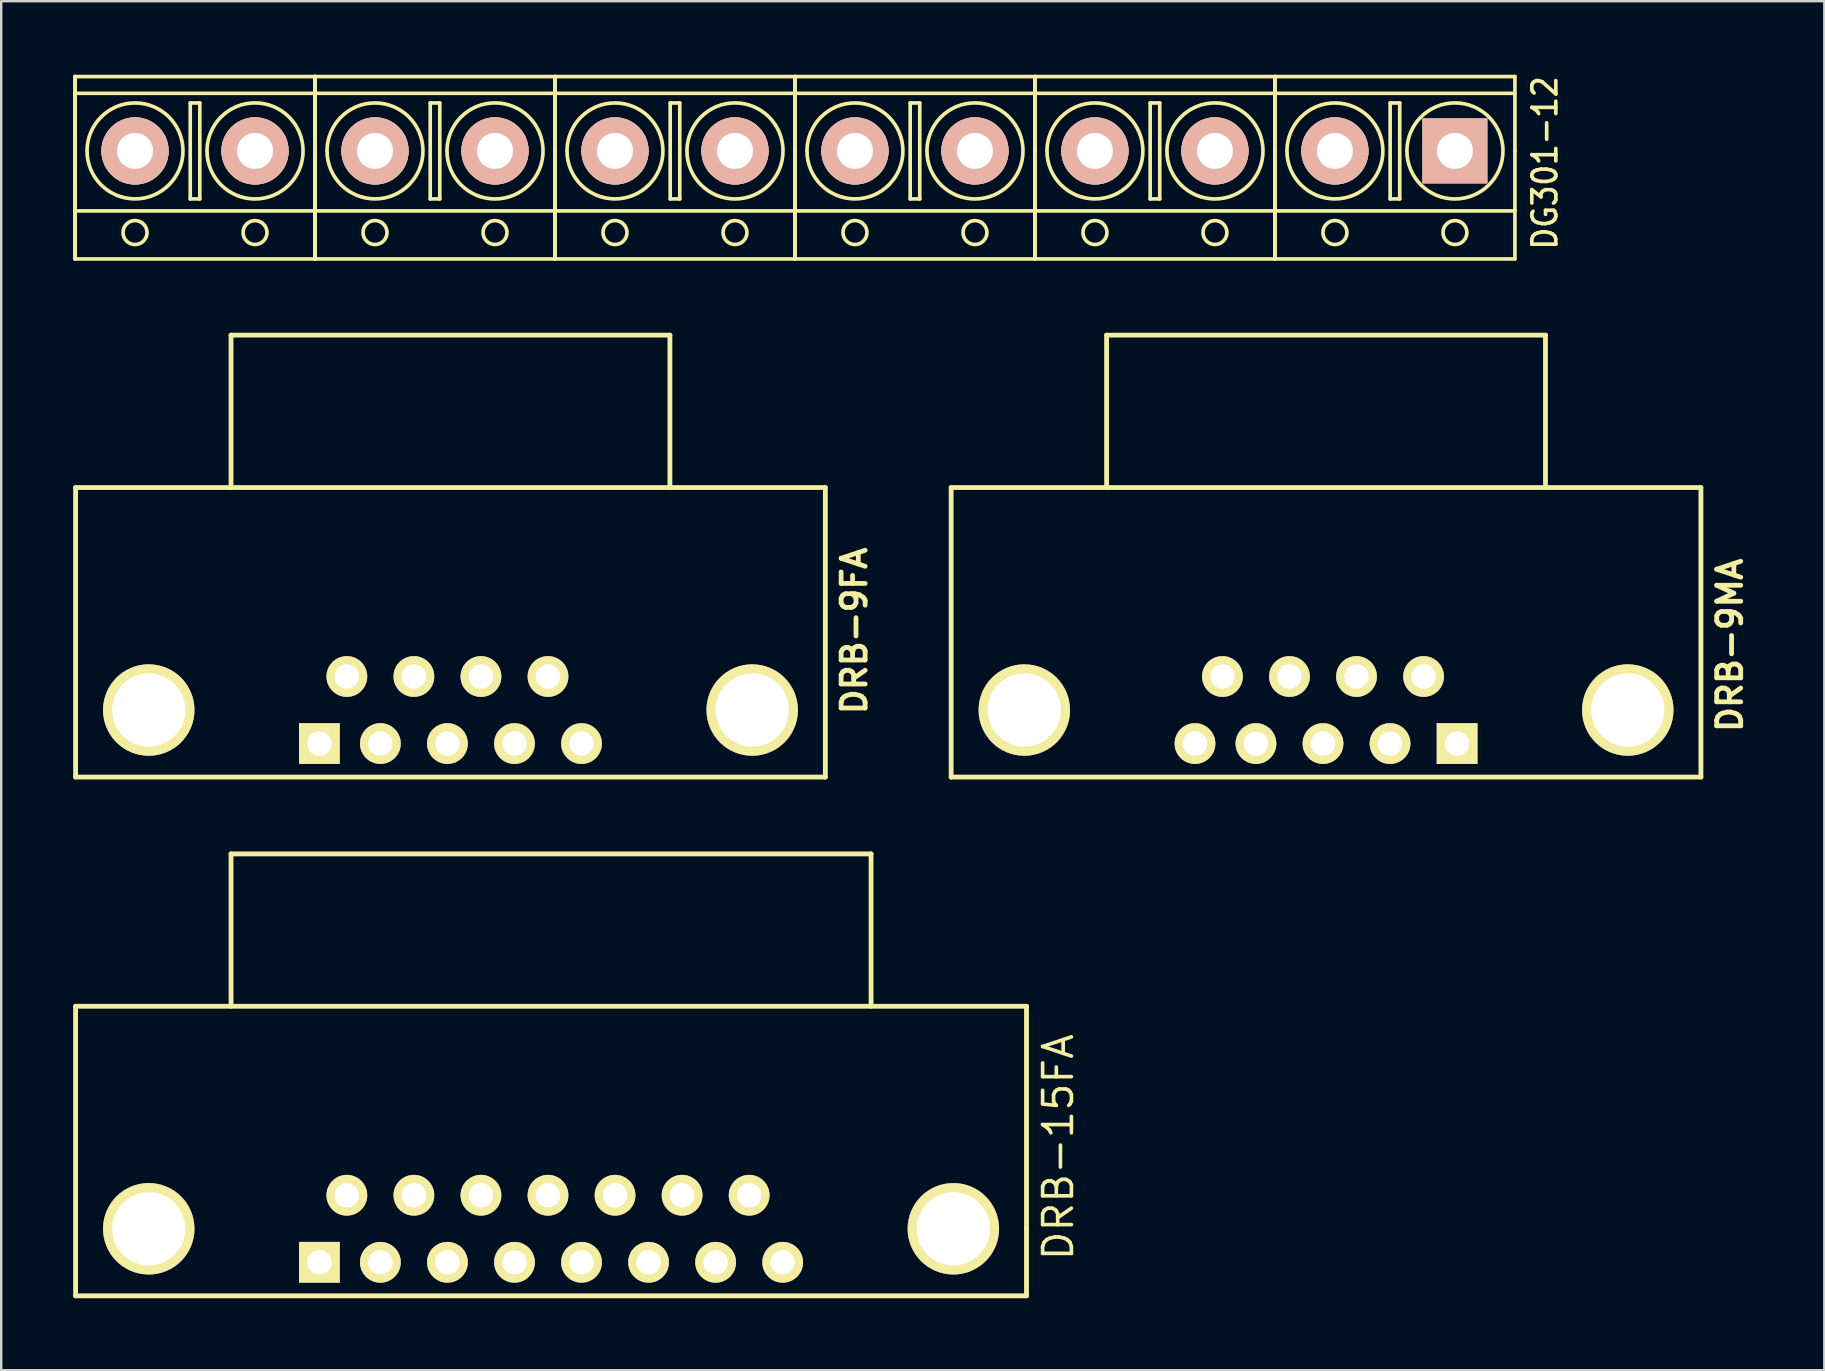
<source format=kicad_pcb>
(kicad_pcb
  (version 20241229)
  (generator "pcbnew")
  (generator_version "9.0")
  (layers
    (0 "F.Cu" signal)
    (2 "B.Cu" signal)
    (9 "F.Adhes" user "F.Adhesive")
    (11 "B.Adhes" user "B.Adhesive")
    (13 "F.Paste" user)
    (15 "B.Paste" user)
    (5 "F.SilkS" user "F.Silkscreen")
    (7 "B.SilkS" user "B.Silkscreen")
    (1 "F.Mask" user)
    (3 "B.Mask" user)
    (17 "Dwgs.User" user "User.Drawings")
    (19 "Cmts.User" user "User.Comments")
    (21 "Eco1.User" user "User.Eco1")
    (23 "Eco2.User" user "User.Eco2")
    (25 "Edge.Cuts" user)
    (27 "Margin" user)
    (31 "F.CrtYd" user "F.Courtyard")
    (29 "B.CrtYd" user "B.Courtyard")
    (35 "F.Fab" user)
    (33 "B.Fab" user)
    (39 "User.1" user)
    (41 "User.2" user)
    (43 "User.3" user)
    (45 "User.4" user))
  (footprint "DRB-9FA"
    (layer "F.Cu")
    (at 3.148 26.537)
    (property "Reference" "DRB-9FA" (at 29.4 -3.3 90) (layer "F.SilkS") (effects (font (size 1 1) (thickness 0.2))))
    (attr through_hole)
    (fp_line (start -3.048 -9.271) (end 28.194 -9.271) (stroke (width 0.201) (type solid)) (layer "F.SilkS"))
    (fp_line (start -3.048 2.794) (end -3.048 -9.271) (stroke (width 0.201) (type solid)) (layer "F.SilkS"))
    (fp_line (start -3.048 2.794) (end 28.194 2.794) (stroke (width 0.201) (type solid)) (layer "F.SilkS"))
    (fp_line (start 3.429 -15.621) (end 3.429 -9.271) (stroke (width 0.201) (type solid)) (layer "F.SilkS"))
    (fp_line (start 3.429 -15.621) (end 21.717 -15.621) (stroke (width 0.201) (type solid)) (layer "F.SilkS"))
    (fp_line (start 21.717 -9.271) (end 21.717 -15.621) (stroke (width 0.201) (type solid)) (layer "F.SilkS"))
    (fp_line (start 28.194 2.794) (end 28.194 -9.271) (stroke (width 0.201) (type solid)) (layer "F.SilkS"))
    (pad "" thru_hole circle (at 0 0) (size 3.81 3.81) (drill 3.048) (layers "*.Cu" "*.Mask" "F.SilkS"))
    (pad "" thru_hole circle (at 25.146 0) (size 3.81 3.81) (drill 3.048) (layers "*.Cu" "*.Mask" "F.SilkS"))
    (pad "1" thru_hole rect (at 7.112 1.397) (size 1.699 1.699) (drill 1.016) (layers "*.Cu" "*.Mask" "F.SilkS"))
    (pad "2" thru_hole circle (at 9.652 1.397) (size 1.699 1.699) (drill 1.016) (layers "*.Cu" "*.Mask" "F.SilkS"))
    (pad "3" thru_hole circle (at 12.446 1.397) (size 1.699 1.699) (drill 1.016) (layers "*.Cu" "*.Mask" "F.SilkS"))
    (pad "4" thru_hole circle (at 15.24 1.397) (size 1.699 1.699) (drill 1.016) (layers "*.Cu" "*.Mask" "F.SilkS"))
    (pad "5" thru_hole circle (at 18.034 1.397) (size 1.699 1.699) (drill 1.016) (layers "*.Cu" "*.Mask" "F.SilkS"))
    (pad "6" thru_hole circle (at 8.255 -1.397) (size 1.699 1.699) (drill 1.016) (layers "*.Cu" "*.Mask" "F.SilkS"))
    (pad "7" thru_hole circle (at 11.049 -1.397) (size 1.699 1.699) (drill 1.016) (layers "*.Cu" "*.Mask" "F.SilkS"))
    (pad "8" thru_hole circle (at 13.843 -1.397) (size 1.699 1.699) (drill 1.016) (layers "*.Cu" "*.Mask" "F.SilkS"))
    (pad "9" thru_hole circle (at 16.637 -1.397) (size 1.699 1.699) (drill 1.016) (layers "*.Cu" "*.Mask" "F.SilkS")))
  (footprint "DRB-15FA"
    (layer "F.Cu")
    (at 3.148 48.153)
    (property "Reference" "DRB-15FA" (at 37.9 -3.4 90) (layer "F.SilkS") (effects (font (size 1.199 1.199) (thickness 0.152))))
    (attr through_hole)
    (fp_line (start -3.048 -9.271) (end 36.576 -9.271) (stroke (width 0.201) (type solid)) (layer "F.SilkS"))
    (fp_line (start -3.048 2.794) (end -3.048 -9.271) (stroke (width 0.201) (type solid)) (layer "F.SilkS"))
    (fp_line (start -3.048 2.794) (end 36.576 2.794) (stroke (width 0.201) (type solid)) (layer "F.SilkS"))
    (fp_line (start 3.429 -15.621) (end 3.429 -9.271) (stroke (width 0.201) (type solid)) (layer "F.SilkS"))
    (fp_line (start 3.429 -15.621) (end 30.099 -15.621) (stroke (width 0.201) (type solid)) (layer "F.SilkS"))
    (fp_line (start 30.099 -9.271) (end 30.099 -15.621) (stroke (width 0.201) (type solid)) (layer "F.SilkS"))
    (fp_line (start 36.576 0) (end 36.576 -9.271) (stroke (width 0.201) (type solid)) (layer "F.SilkS"))
    (fp_line (start 36.576 0) (end 36.576 2.794) (stroke (width 0.201) (type solid)) (layer "F.SilkS"))
    (pad "" thru_hole circle (at 0 0) (size 3.81 3.81) (drill 3.048) (layers "*.Cu" "*.Mask" "F.SilkS"))
    (pad "" thru_hole circle (at 33.528 0) (size 3.81 3.81) (drill 3.048) (layers "*.Cu" "*.Mask" "F.SilkS"))
    (pad "1" thru_hole rect (at 7.112 1.397) (size 1.699 1.699) (drill 1.016) (layers "*.Cu" "*.Mask" "F.SilkS"))
    (pad "2" thru_hole circle (at 9.652 1.397) (size 1.699 1.699) (drill 1.016) (layers "*.Cu" "*.Mask" "F.SilkS"))
    (pad "3" thru_hole circle (at 12.446 1.397) (size 1.699 1.699) (drill 1.016) (layers "*.Cu" "*.Mask" "F.SilkS"))
    (pad "4" thru_hole circle (at 15.24 1.397) (size 1.699 1.699) (drill 1.016) (layers "*.Cu" "*.Mask" "F.SilkS"))
    (pad "5" thru_hole circle (at 18.034 1.397) (size 1.699 1.699) (drill 1.016) (layers "*.Cu" "*.Mask" "F.SilkS"))
    (pad "6" thru_hole circle (at 20.828 1.397) (size 1.699 1.699) (drill 1.016) (layers "*.Cu" "*.Mask" "F.SilkS"))
    (pad "7" thru_hole circle (at 23.622 1.397) (size 1.699 1.699) (drill 1.016) (layers "*.Cu" "*.Mask" "F.SilkS"))
    (pad "8" thru_hole circle (at 26.416 1.397) (size 1.699 1.699) (drill 1.016) (layers "*.Cu" "*.Mask" "F.SilkS"))
    (pad "9" thru_hole circle (at 8.255 -1.397) (size 1.699 1.699) (drill 1.016) (layers "*.Cu" "*.Mask" "F.SilkS"))
    (pad "10" thru_hole circle (at 11.049 -1.397) (size 1.699 1.699) (drill 1.016) (layers "*.Cu" "*.Mask" "F.SilkS"))
    (pad "11" thru_hole circle (at 13.843 -1.397) (size 1.699 1.699) (drill 1.016) (layers "*.Cu" "*.Mask" "F.SilkS"))
    (pad "12" thru_hole circle (at 16.637 -1.397) (size 1.699 1.699) (drill 1.016) (layers "*.Cu" "*.Mask" "F.SilkS"))
    (pad "13" thru_hole circle (at 19.431 -1.397) (size 1.699 1.699) (drill 1.016) (layers "*.Cu" "*.Mask" "F.SilkS"))
    (pad "14" thru_hole circle (at 22.225 -1.397) (size 1.699 1.699) (drill 1.016) (layers "*.Cu" "*.Mask" "F.SilkS"))
    (pad "15" thru_hole circle (at 25.019 -1.397) (size 1.699 1.699) (drill 1.016) (layers "*.Cu" "*.Mask" "F.SilkS")))
  (footprint "DG301-12"
    (layer "F.Cu")
    (at 52.576 3.239)
    (property "Reference" "DG301-12" (at 8.75 0.5 90) (layer "F.SilkS") (effects (font (size 1 0.9) (thickness 0.152))))
    (attr through_hole)
    (fp_line (start -52.499 0) (end -52.499 -3.099) (stroke (width 0.152) (type solid)) (layer "F.SilkS"))
    (fp_line (start -52.499 4.501) (end -52.499 0) (stroke (width 0.152) (type solid)) (layer "F.SilkS"))
    (fp_line (start -52.499 -3.099) (end -42.499 -3.099) (stroke (width 0.152) (type solid)) (layer "F.SilkS"))
    (fp_line (start -52.499 -2.4) (end -42.499 -2.4) (stroke (width 0.152) (type solid)) (layer "F.SilkS"))
    (fp_line (start -52.499 0) (end -52.499 -3.099) (stroke (width 0.152) (type solid)) (layer "F.SilkS"))
    (fp_line (start -52.499 0) (end -52.499 4.501) (stroke (width 0.152) (type solid)) (layer "F.SilkS"))
    (fp_line (start -52.499 2.499) (end -42.499 2.499) (stroke (width 0.152) (type solid)) (layer "F.SilkS"))
    (fp_line (start -52.499 4.501) (end -42.499 4.501) (stroke (width 0.152) (type solid)) (layer "F.SilkS"))
    (fp_line (start -47.699 -1.999) (end -47.3 -1.999) (stroke (width 0.152) (type solid)) (layer "F.SilkS"))
    (fp_line (start -47.699 1.999) (end -47.699 -1.999) (stroke (width 0.152) (type solid)) (layer "F.SilkS"))
    (fp_line (start -47.3 -1.999) (end -47.3 1.999) (stroke (width 0.152) (type solid)) (layer "F.SilkS"))
    (fp_line (start -47.3 1.999) (end -47.699 1.999) (stroke (width 0.152) (type solid)) (layer "F.SilkS"))
    (fp_line (start -42.499 0) (end -42.499 -3.099) (stroke (width 0.152) (type solid)) (layer "F.SilkS"))
    (fp_line (start -42.499 4.501) (end -42.499 0) (stroke (width 0.152) (type solid)) (layer "F.SilkS"))
    (fp_line (start -42.499 -3.099) (end -32.499 -3.099) (stroke (width 0.152) (type solid)) (layer "F.SilkS"))
    (fp_line (start -42.499 -2.4) (end -32.499 -2.4) (stroke (width 0.152) (type solid)) (layer "F.SilkS"))
    (fp_line (start -42.499 0) (end -42.499 -3.099) (stroke (width 0.152) (type solid)) (layer "F.SilkS"))
    (fp_line (start -42.499 0) (end -42.499 -3.099) (stroke (width 0.152) (type solid)) (layer "F.SilkS"))
    (fp_line (start -42.499 0) (end -42.499 4.501) (stroke (width 0.152) (type solid)) (layer "F.SilkS"))
    (fp_line (start -42.499 0) (end -42.499 4.501) (stroke (width 0.152) (type solid)) (layer "F.SilkS"))
    (fp_line (start -42.499 2.499) (end -32.499 2.499) (stroke (width 0.152) (type solid)) (layer "F.SilkS"))
    (fp_line (start -42.499 4.501) (end -32.499 4.501) (stroke (width 0.152) (type solid)) (layer "F.SilkS"))
    (fp_line (start -37.699 -1.999) (end -37.3 -1.999) (stroke (width 0.152) (type solid)) (layer "F.SilkS"))
    (fp_line (start -37.699 1.999) (end -37.699 -1.999) (stroke (width 0.152) (type solid)) (layer "F.SilkS"))
    (fp_line (start -37.3 -1.999) (end -37.3 1.999) (stroke (width 0.152) (type solid)) (layer "F.SilkS"))
    (fp_line (start -37.3 1.999) (end -37.699 1.999) (stroke (width 0.152) (type solid)) (layer "F.SilkS"))
    (fp_line (start -32.499 0) (end -32.499 -3.099) (stroke (width 0.152) (type solid)) (layer "F.SilkS"))
    (fp_line (start -32.499 4.501) (end -32.499 0) (stroke (width 0.152) (type solid)) (layer "F.SilkS"))
    (fp_line (start -32.499 -3.099) (end -22.499 -3.099) (stroke (width 0.152) (type solid)) (layer "F.SilkS"))
    (fp_line (start -32.499 -2.4) (end -22.499 -2.4) (stroke (width 0.152) (type solid)) (layer "F.SilkS"))
    (fp_line (start -32.499 0) (end -32.499 -3.099) (stroke (width 0.152) (type solid)) (layer "F.SilkS"))
    (fp_line (start -32.499 0) (end -32.499 4.501) (stroke (width 0.152) (type solid)) (layer "F.SilkS"))
    (fp_line (start -32.499 2.499) (end -22.499 2.499) (stroke (width 0.152) (type solid)) (layer "F.SilkS"))
    (fp_line (start -32.499 4.501) (end -22.499 4.501) (stroke (width 0.152) (type solid)) (layer "F.SilkS"))
    (fp_line (start -27.699 -1.999) (end -27.3 -1.999) (stroke (width 0.152) (type solid)) (layer "F.SilkS"))
    (fp_line (start -27.699 1.999) (end -27.699 -1.999) (stroke (width 0.152) (type solid)) (layer "F.SilkS"))
    (fp_line (start -27.3 -1.999) (end -27.3 1.999) (stroke (width 0.152) (type solid)) (layer "F.SilkS"))
    (fp_line (start -27.3 1.999) (end -27.699 1.999) (stroke (width 0.152) (type solid)) (layer "F.SilkS"))
    (fp_line (start -22.499 0) (end -22.499 -3.099) (stroke (width 0.152) (type solid)) (layer "F.SilkS"))
    (fp_line (start -22.499 4.501) (end -22.499 0) (stroke (width 0.152) (type solid)) (layer "F.SilkS"))
    (fp_line (start -22.499 -3.099) (end -12.499 -3.099) (stroke (width 0.152) (type solid)) (layer "F.SilkS"))
    (fp_line (start -22.499 -2.4) (end -12.499 -2.4) (stroke (width 0.152) (type solid)) (layer "F.SilkS"))
    (fp_line (start -22.499 0) (end -22.499 -3.099) (stroke (width 0.152) (type solid)) (layer "F.SilkS"))
    (fp_line (start -22.499 0) (end -22.499 4.501) (stroke (width 0.152) (type solid)) (layer "F.SilkS"))
    (fp_line (start -22.499 2.499) (end -12.499 2.499) (stroke (width 0.152) (type solid)) (layer "F.SilkS"))
    (fp_line (start -22.499 4.501) (end -12.499 4.501) (stroke (width 0.152) (type solid)) (layer "F.SilkS"))
    (fp_line (start -17.699 -1.999) (end -17.3 -1.999) (stroke (width 0.152) (type solid)) (layer "F.SilkS"))
    (fp_line (start -17.699 1.999) (end -17.699 -1.999) (stroke (width 0.152) (type solid)) (layer "F.SilkS"))
    (fp_line (start -17.3 -1.999) (end -17.3 1.999) (stroke (width 0.152) (type solid)) (layer "F.SilkS"))
    (fp_line (start -17.3 1.999) (end -17.699 1.999) (stroke (width 0.152) (type solid)) (layer "F.SilkS"))
    (fp_line (start -12.499 0) (end -12.499 -3.099) (stroke (width 0.152) (type solid)) (layer "F.SilkS"))
    (fp_line (start -12.499 4.501) (end -12.499 0) (stroke (width 0.152) (type solid)) (layer "F.SilkS"))
    (fp_line (start -12.499 -3.099) (end -2.499 -3.099) (stroke (width 0.152) (type solid)) (layer "F.SilkS"))
    (fp_line (start -12.499 -2.4) (end -2.499 -2.4) (stroke (width 0.152) (type solid)) (layer "F.SilkS"))
    (fp_line (start -12.499 0) (end -12.499 -3.099) (stroke (width 0.152) (type solid)) (layer "F.SilkS"))
    (fp_line (start -12.499 0) (end -12.499 4.501) (stroke (width 0.152) (type solid)) (layer "F.SilkS"))
    (fp_line (start -12.499 2.499) (end -2.499 2.499) (stroke (width 0.152) (type solid)) (layer "F.SilkS"))
    (fp_line (start -12.499 4.501) (end -2.499 4.501) (stroke (width 0.152) (type solid)) (layer "F.SilkS"))
    (fp_line (start -7.699 -1.999) (end -7.3 -1.999) (stroke (width 0.152) (type solid)) (layer "F.SilkS"))
    (fp_line (start -7.699 1.999) (end -7.699 -1.999) (stroke (width 0.152) (type solid)) (layer "F.SilkS"))
    (fp_line (start -7.3 -1.999) (end -7.3 1.999) (stroke (width 0.152) (type solid)) (layer "F.SilkS"))
    (fp_line (start -7.3 1.999) (end -7.699 1.999) (stroke (width 0.152) (type solid)) (layer "F.SilkS"))
    (fp_line (start -2.499 0) (end -2.499 -3.099) (stroke (width 0.152) (type solid)) (layer "F.SilkS"))
    (fp_line (start -2.499 4.501) (end -2.499 0) (stroke (width 0.152) (type solid)) (layer "F.SilkS"))
    (fp_line (start -2.499 -3.099) (end 7.501 -3.099) (stroke (width 0.152) (type solid)) (layer "F.SilkS"))
    (fp_line (start -2.499 -2.4) (end 7.501 -2.4) (stroke (width 0.152) (type solid)) (layer "F.SilkS"))
    (fp_line (start -2.499 0) (end -2.499 -3.099) (stroke (width 0.152) (type solid)) (layer "F.SilkS"))
    (fp_line (start -2.499 0) (end -2.499 4.501) (stroke (width 0.152) (type solid)) (layer "F.SilkS"))
    (fp_line (start -2.499 2.499) (end 7.501 2.499) (stroke (width 0.152) (type solid)) (layer "F.SilkS"))
    (fp_line (start -2.499 4.501) (end 7.501 4.501) (stroke (width 0.152) (type solid)) (layer "F.SilkS"))
    (fp_line (start 2.301 -1.999) (end 2.7 -1.999) (stroke (width 0.152) (type solid)) (layer "F.SilkS"))
    (fp_line (start 2.301 1.999) (end 2.301 -1.999) (stroke (width 0.152) (type solid)) (layer "F.SilkS"))
    (fp_line (start 2.7 -1.999) (end 2.7 1.999) (stroke (width 0.152) (type solid)) (layer "F.SilkS"))
    (fp_line (start 2.7 1.999) (end 2.301 1.999) (stroke (width 0.152) (type solid)) (layer "F.SilkS"))
    (fp_line (start 7.501 0) (end 7.501 -3.099) (stroke (width 0.152) (type solid)) (layer "F.SilkS"))
    (fp_line (start 7.501 4.501) (end 7.501 0) (stroke (width 0.152) (type solid)) (layer "F.SilkS"))
    (fp_circle (center -50 0) (end -48.001 0) (stroke (width 0.152) (type solid)) (fill no) (layer "F.SilkS"))
    (fp_circle (center -50 3.401) (end -49.5 3.401) (stroke (width 0.152) (type solid)) (fill no) (layer "F.SilkS"))
    (fp_circle (center -44.999 0) (end -43 -0.099) (stroke (width 0.152) (type solid)) (fill no) (layer "F.SilkS"))
    (fp_circle (center -44.999 3.401) (end -44.501 3.401) (stroke (width 0.152) (type solid)) (fill no) (layer "F.SilkS"))
    (fp_circle (center -40 0) (end -38.001 0) (stroke (width 0.152) (type solid)) (fill no) (layer "F.SilkS"))
    (fp_circle (center -40 3.401) (end -39.5 3.401) (stroke (width 0.152) (type solid)) (fill no) (layer "F.SilkS"))
    (fp_circle (center -34.999 0) (end -33 -0.099) (stroke (width 0.152) (type solid)) (fill no) (layer "F.SilkS"))
    (fp_circle (center -34.999 3.401) (end -34.501 3.401) (stroke (width 0.152) (type solid)) (fill no) (layer "F.SilkS"))
    (fp_circle (center -30 0) (end -28.001 0) (stroke (width 0.152) (type solid)) (fill no) (layer "F.SilkS"))
    (fp_circle (center -30 3.401) (end -29.5 3.401) (stroke (width 0.152) (type solid)) (fill no) (layer "F.SilkS"))
    (fp_circle (center -24.999 0) (end -23 -0.099) (stroke (width 0.152) (type solid)) (fill no) (layer "F.SilkS"))
    (fp_circle (center -24.999 3.401) (end -24.501 3.401) (stroke (width 0.152) (type solid)) (fill no) (layer "F.SilkS"))
    (fp_circle (center -20 0) (end -18.001 0) (stroke (width 0.152) (type solid)) (fill no) (layer "F.SilkS"))
    (fp_circle (center -20 3.401) (end -19.5 3.401) (stroke (width 0.152) (type solid)) (fill no) (layer "F.SilkS"))
    (fp_circle (center -14.999 0) (end -13 -0.099) (stroke (width 0.152) (type solid)) (fill no) (layer "F.SilkS"))
    (fp_circle (center -14.999 3.401) (end -14.501 3.401) (stroke (width 0.152) (type solid)) (fill no) (layer "F.SilkS"))
    (fp_circle (center -10 0) (end -8.001 0) (stroke (width 0.152) (type solid)) (fill no) (layer "F.SilkS"))
    (fp_circle (center -10 3.401) (end -9.5 3.401) (stroke (width 0.152) (type solid)) (fill no) (layer "F.SilkS"))
    (fp_circle (center -4.999 0) (end -3 -0.099) (stroke (width 0.152) (type solid)) (fill no) (layer "F.SilkS"))
    (fp_circle (center -4.999 3.401) (end -4.501 3.401) (stroke (width 0.152) (type solid)) (fill no) (layer "F.SilkS"))
    (fp_circle (center 0 0) (end 1.999 0) (stroke (width 0.152) (type solid)) (fill no) (layer "F.SilkS"))
    (fp_circle (center 0 3.401) (end 0.5 3.401) (stroke (width 0.152) (type solid)) (fill no) (layer "F.SilkS"))
    (fp_circle (center 5.001 0) (end 7 -0.099) (stroke (width 0.152) (type solid)) (fill no) (layer "F.SilkS"))
    (fp_circle (center 5.001 3.401) (end 5.499 3.401) (stroke (width 0.152) (type solid)) (fill no) (layer "F.SilkS"))
    (pad "1" thru_hole rect (at 5 0) (size 2.7 2.7) (drill 1.501) (layers "*.Cu" "*.Paste" "*.SilkS" "*.Mask"))
    (pad "2" thru_hole circle (at 0 0) (size 2.8 2.8) (drill 1.501) (layers "*.Cu" "*.Paste" "*.SilkS" "*.Mask"))
    (pad "3" thru_hole circle (at -5 0) (size 2.8 2.8) (drill 1.5) (layers "*.Cu" "*.Paste" "*.SilkS" "*.Mask"))
    (pad "4" thru_hole circle (at -10 0) (size 2.8 2.8) (drill 1.5) (layers "*.Cu" "*.Paste" "*.SilkS" "*.Mask"))
    (pad "5" thru_hole circle (at -15 0) (size 2.8 2.8) (drill 1.5) (layers "*.Cu" "*.Paste" "*.SilkS" "*.Mask"))
    (pad "6" thru_hole circle (at -20 0) (size 2.8 2.8) (drill 1.5) (layers "*.Cu" "*.Paste" "*.SilkS" "*.Mask"))
    (pad "7" thru_hole circle (at -25 0) (size 2.8 2.8) (drill 1.5) (layers "*.Cu" "*.Paste" "*.SilkS" "*.Mask"))
    (pad "8" thru_hole circle (at -30 0) (size 2.8 2.8) (drill 1.5) (layers "*.Cu" "*.Paste" "*.SilkS" "*.Mask"))
    (pad "9" thru_hole circle (at -35 0) (size 2.8 2.8) (drill 1.5) (layers "*.Cu" "*.Paste" "*.SilkS" "*.Mask"))
    (pad "10" thru_hole circle (at -40 0) (size 2.8 2.8) (drill 1.5) (layers "*.Cu" "*.Paste" "*.SilkS" "*.Mask"))
    (pad "11" thru_hole circle (at -45 0) (size 2.8 2.8) (drill 1.5) (layers "*.Cu" "*.Paste" "*.SilkS" "*.Mask"))
    (pad "12" thru_hole circle (at -50 0) (size 2.8 2.8) (drill 1.5) (layers "*.Cu" "*.Paste" "*.SilkS" "*.Mask")))
  (footprint "DRB-9MA"
    (layer "F.Cu")
    (at 39.633 26.537)
    (property "Reference" "DRB-9MA" (at 29.4 -2.7 90) (layer "F.SilkS") (effects (font (size 1 1) (thickness 0.2))))
    (attr through_hole)
    (fp_line (start -3.048 -9.271) (end 28.194 -9.271) (stroke (width 0.201) (type solid)) (layer "F.SilkS"))
    (fp_line (start -3.048 2.794) (end -3.048 -9.271) (stroke (width 0.201) (type solid)) (layer "F.SilkS"))
    (fp_line (start -3.048 2.794) (end 28.194 2.794) (stroke (width 0.201) (type solid)) (layer "F.SilkS"))
    (fp_line (start 3.429 -15.621) (end 3.429 -9.271) (stroke (width 0.201) (type solid)) (layer "F.SilkS"))
    (fp_line (start 3.429 -15.621) (end 21.717 -15.621) (stroke (width 0.201) (type solid)) (layer "F.SilkS"))
    (fp_line (start 21.717 -9.271) (end 21.717 -15.621) (stroke (width 0.201) (type solid)) (layer "F.SilkS"))
    (fp_line (start 28.194 2.794) (end 28.194 -9.271) (stroke (width 0.201) (type solid)) (layer "F.SilkS"))
    (pad "" thru_hole circle (at 0 0) (size 3.81 3.81) (drill 3.048) (layers "*.Cu" "*.Mask" "F.SilkS"))
    (pad "" thru_hole circle (at 25.146 0) (size 3.81 3.81) (drill 3.048) (layers "*.Cu" "*.Mask" "F.SilkS"))
    (pad "1" thru_hole rect (at 18.034 1.397) (size 1.699 1.699) (drill 1.016) (layers "*.Cu" "*.Mask" "F.SilkS"))
    (pad "2" thru_hole circle (at 15.24 1.397) (size 1.699 1.699) (drill 1.016) (layers "*.Cu" "*.Mask" "F.SilkS"))
    (pad "3" thru_hole circle (at 12.446 1.397) (size 1.699 1.699) (drill 1.016) (layers "*.Cu" "*.Mask" "F.SilkS"))
    (pad "4" thru_hole circle (at 9.652 1.397) (size 1.699 1.699) (drill 1.016) (layers "*.Cu" "*.Mask" "F.SilkS"))
    (pad "5" thru_hole circle (at 7.112 1.397) (size 1.699 1.699) (drill 1.016) (layers "*.Cu" "*.Mask" "F.SilkS"))
    (pad "6" thru_hole circle (at 16.637 -1.397) (size 1.699 1.699) (drill 1.016) (layers "*.Cu" "*.Mask" "F.SilkS"))
    (pad "7" thru_hole circle (at 13.843 -1.397) (size 1.699 1.699) (drill 1.016) (layers "*.Cu" "*.Mask" "F.SilkS"))
    (pad "8" thru_hole circle (at 11.049 -1.397) (size 1.699 1.699) (drill 1.016) (layers "*.Cu" "*.Mask" "F.SilkS"))
    (pad "9" thru_hole circle (at 8.255 -1.397) (size 1.699 1.699) (drill 1.016) (layers "*.Cu" "*.Mask" "F.SilkS")))
  (gr_rect
    (start -3 -3)
    (end 72.969 54.047)
    (stroke (width 0.1) (type default))
    (fill no)
    (layer "Edge.Cuts")))
</source>
